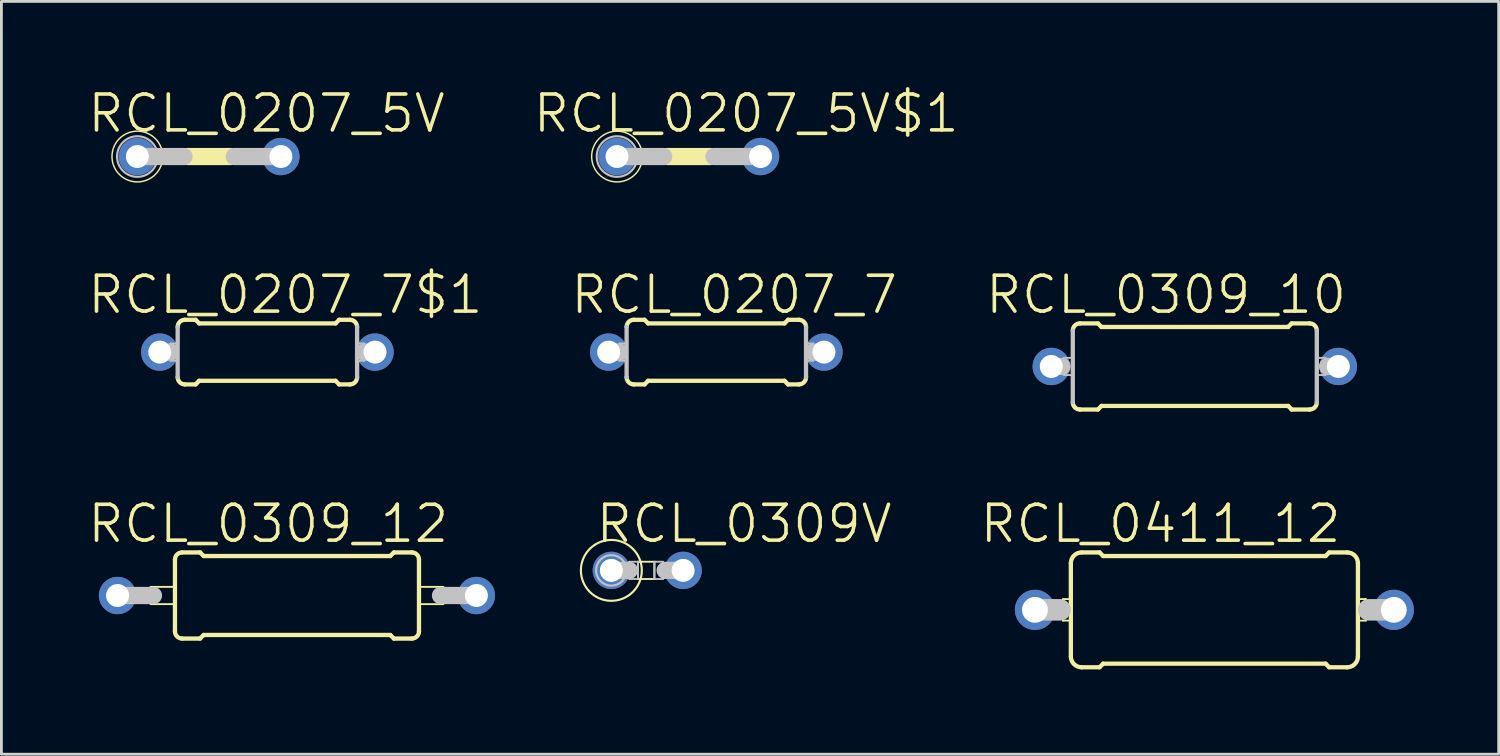
<source format=kicad_pcb>
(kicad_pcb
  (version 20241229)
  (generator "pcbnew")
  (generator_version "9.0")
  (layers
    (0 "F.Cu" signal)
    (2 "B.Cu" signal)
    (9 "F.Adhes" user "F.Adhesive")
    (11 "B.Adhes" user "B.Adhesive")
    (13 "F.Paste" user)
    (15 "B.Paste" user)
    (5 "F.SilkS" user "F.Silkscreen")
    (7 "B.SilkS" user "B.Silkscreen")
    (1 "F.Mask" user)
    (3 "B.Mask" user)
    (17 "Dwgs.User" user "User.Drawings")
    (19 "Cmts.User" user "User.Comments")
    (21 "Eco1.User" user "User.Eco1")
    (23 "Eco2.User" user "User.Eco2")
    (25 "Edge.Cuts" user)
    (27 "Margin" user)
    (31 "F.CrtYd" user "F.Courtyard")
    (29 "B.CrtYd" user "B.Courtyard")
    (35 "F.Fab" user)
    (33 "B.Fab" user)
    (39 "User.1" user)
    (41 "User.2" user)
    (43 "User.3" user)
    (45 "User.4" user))
  (footprint "RCL_0207_5V$1"
    (layer "F.Cu")
    (at 21.327 2.49)
    (property "Reference" "RCL_0207_5V$1" (at 2.032 -1.524 0) (layer "F.SilkS") (effects (font (size 1.27 1.27) (thickness 0.127))))
    (attr exclude_from_pos_files exclude_from_bom)
    (fp_line (start -0.762 0) (end 0.762 0) (stroke (width 0.61) (type solid)) (layer "F.SilkS"))
    (fp_circle (center -2.54 0) (end -3.175 0.635) (stroke (width 0.051) (type solid)) (fill no) (layer "F.SilkS"))
    (fp_line (start -2.54 0) (end -0.889 0) (stroke (width 0.61) (type solid)) (layer "Dwgs.User"))
    (fp_line (start 0.889 0) (end 2.54 0) (stroke (width 0.61) (type solid)) (layer "Dwgs.User"))
    (fp_circle (center -2.54 0) (end -3.048 0.508) (stroke (width 0.076) (type solid)) (fill no) (layer "Dwgs.User"))
    (pad "1" thru_hole circle (at -2.54 0) (size 1.321 1.321) (drill 0.813) (layers "*.Cu" "*.Paste" "*.Mask"))
    (pad "2" thru_hole circle (at 2.54 0) (size 1.321 1.321) (drill 0.813) (layers "*.Cu" "*.Paste" "*.Mask")))
  (footprint "RCL_0309_10"
    (layer "F.Cu")
    (at 39.235 9.919)
    (property "Reference" "RCL_0309_10" (at -1.016 -2.54 0) (layer "F.SilkS") (effects (font (size 1.27 1.27) (thickness 0.127))))
    (attr exclude_from_pos_files exclude_from_bom)
    (fp_line (start -4.064 -1.524) (end -3.429 -1.524) (stroke (width 0.152) (type solid)) (layer "F.SilkS"))
    (fp_line (start -4.064 1.524) (end -3.429 1.524) (stroke (width 0.152) (type solid)) (layer "F.SilkS"))
    (fp_line (start -3.302 -1.397) (end -3.429 -1.524) (stroke (width 0.152) (type solid)) (layer "F.SilkS"))
    (fp_line (start -3.302 1.397) (end -3.429 1.524) (stroke (width 0.152) (type solid)) (layer "F.SilkS"))
    (fp_line (start 3.302 -1.397) (end -3.302 -1.397) (stroke (width 0.152) (type solid)) (layer "F.SilkS"))
    (fp_line (start 3.302 -1.397) (end 3.429 -1.524) (stroke (width 0.152) (type solid)) (layer "F.SilkS"))
    (fp_line (start 3.302 1.397) (end -3.302 1.397) (stroke (width 0.152) (type solid)) (layer "F.SilkS"))
    (fp_line (start 3.302 1.397) (end 3.429 1.524) (stroke (width 0.152) (type solid)) (layer "F.SilkS"))
    (fp_line (start 4.064 -1.524) (end 3.429 -1.524) (stroke (width 0.152) (type solid)) (layer "F.SilkS"))
    (fp_line (start 4.064 1.524) (end 3.429 1.524) (stroke (width 0.152) (type solid)) (layer "F.SilkS"))
    (fp_arc (start -4.318 -1.27) (mid -4.243605 -1.449605) (end -4.064 -1.524) (stroke (width 0.1524) (type solid)) (layer "F.SilkS"))
    (fp_arc (start -4.064 1.524) (mid -4.243605 1.449605) (end -4.318 1.27) (stroke (width 0.1524) (type solid)) (layer "F.SilkS"))
    (fp_arc (start 4.064 -1.524) (mid 4.243605 -1.449605) (end 4.318 -1.27) (stroke (width 0.1524) (type solid)) (layer "F.SilkS"))
    (fp_arc (start 4.318 1.27) (mid 4.243605 1.449605) (end 4.064 1.524) (stroke (width 0.1524) (type solid)) (layer "F.SilkS"))
    (fp_line (start -4.699 0) (end -5.08 0) (stroke (width 0.61) (type solid)) (layer "Dwgs.User"))
    (fp_line (start -4.623 -0.305) (end -4.318 -0.305) (stroke (width 0.066) (type solid)) (layer "Dwgs.User"))
    (fp_line (start -4.623 0.305) (end -4.623 -0.305) (stroke (width 0.066) (type solid)) (layer "Dwgs.User"))
    (fp_line (start -4.623 0.305) (end -4.318 0.305) (stroke (width 0.066) (type solid)) (layer "Dwgs.User"))
    (fp_line (start -4.318 0.305) (end -4.318 -0.305) (stroke (width 0.066) (type solid)) (layer "Dwgs.User"))
    (fp_line (start -4.318 1.27) (end -4.318 -1.27) (stroke (width 0.152) (type solid)) (layer "Dwgs.User"))
    (fp_line (start 4.318 -0.305) (end 4.623 -0.305) (stroke (width 0.066) (type solid)) (layer "Dwgs.User"))
    (fp_line (start 4.318 0.305) (end 4.318 -0.305) (stroke (width 0.066) (type solid)) (layer "Dwgs.User"))
    (fp_line (start 4.318 0.305) (end 4.623 0.305) (stroke (width 0.066) (type solid)) (layer "Dwgs.User"))
    (fp_line (start 4.318 1.27) (end 4.318 -1.27) (stroke (width 0.152) (type solid)) (layer "Dwgs.User"))
    (fp_line (start 4.623 0.305) (end 4.623 -0.305) (stroke (width 0.066) (type solid)) (layer "Dwgs.User"))
    (fp_line (start 5.08 0) (end 4.699 0) (stroke (width 0.61) (type solid)) (layer "Dwgs.User"))
    (pad "1" thru_hole circle (at -5.08 0) (size 1.321 1.321) (drill 0.813) (layers "*.Cu" "*.Paste" "*.Mask"))
    (pad "2" thru_hole circle (at 5.08 0) (size 1.321 1.321) (drill 0.813) (layers "*.Cu" "*.Paste" "*.Mask")))
  (footprint "RCL_0207_7"
    (layer "F.Cu")
    (at 22.301 9.411)
    (property "Reference" "RCL_0207_7" (at 0.635 -2.032 0) (layer "F.SilkS") (effects (font (size 1.27 1.27) (thickness 0.127))))
    (attr exclude_from_pos_files exclude_from_bom)
    (fp_line (start -2.921 -1.143) (end -2.54 -1.143) (stroke (width 0.152) (type solid)) (layer "F.SilkS"))
    (fp_line (start -2.921 1.143) (end -2.54 1.143) (stroke (width 0.152) (type solid)) (layer "F.SilkS"))
    (fp_line (start -2.413 -1.016) (end -2.54 -1.143) (stroke (width 0.152) (type solid)) (layer "F.SilkS"))
    (fp_line (start -2.413 1.016) (end -2.54 1.143) (stroke (width 0.152) (type solid)) (layer "F.SilkS"))
    (fp_line (start 2.413 -1.016) (end -2.413 -1.016) (stroke (width 0.152) (type solid)) (layer "F.SilkS"))
    (fp_line (start 2.413 -1.016) (end 2.54 -1.143) (stroke (width 0.152) (type solid)) (layer "F.SilkS"))
    (fp_line (start 2.413 1.016) (end -2.413 1.016) (stroke (width 0.152) (type solid)) (layer "F.SilkS"))
    (fp_line (start 2.413 1.016) (end 2.54 1.143) (stroke (width 0.152) (type solid)) (layer "F.SilkS"))
    (fp_line (start 2.921 -1.143) (end 2.54 -1.143) (stroke (width 0.152) (type solid)) (layer "F.SilkS"))
    (fp_line (start 2.921 1.143) (end 2.54 1.143) (stroke (width 0.152) (type solid)) (layer "F.SilkS"))
    (fp_arc (start -3.175 -0.889) (mid -3.100605 -1.068605) (end -2.921 -1.143) (stroke (width 0.1524) (type solid)) (layer "F.SilkS"))
    (fp_arc (start -2.921 1.143) (mid -3.100605 1.068605) (end -3.175 0.889) (stroke (width 0.1524) (type solid)) (layer "F.SilkS"))
    (fp_arc (start 2.921 -1.143) (mid 3.100605 -1.068605) (end 3.175 -0.889) (stroke (width 0.1524) (type solid)) (layer "F.SilkS"))
    (fp_arc (start 3.175 0.889) (mid 3.100605 1.068605) (end 2.921 1.143) (stroke (width 0.1524) (type solid)) (layer "F.SilkS"))
    (fp_line (start -3.81 0) (end -3.429 0) (stroke (width 0.61) (type solid)) (layer "Dwgs.User"))
    (fp_line (start -3.429 -0.305) (end -3.175 -0.305) (stroke (width 0.066) (type solid)) (layer "Dwgs.User"))
    (fp_line (start -3.429 0.305) (end -3.429 -0.305) (stroke (width 0.066) (type solid)) (layer "Dwgs.User"))
    (fp_line (start -3.429 0.305) (end -3.175 0.305) (stroke (width 0.066) (type solid)) (layer "Dwgs.User"))
    (fp_line (start -3.175 0.305) (end -3.175 -0.305) (stroke (width 0.066) (type solid)) (layer "Dwgs.User"))
    (fp_line (start -3.175 0.889) (end -3.175 -0.889) (stroke (width 0.152) (type solid)) (layer "Dwgs.User"))
    (fp_line (start 3.175 -0.305) (end 3.429 -0.305) (stroke (width 0.066) (type solid)) (layer "Dwgs.User"))
    (fp_line (start 3.175 0.305) (end 3.175 -0.305) (stroke (width 0.066) (type solid)) (layer "Dwgs.User"))
    (fp_line (start 3.175 0.305) (end 3.429 0.305) (stroke (width 0.066) (type solid)) (layer "Dwgs.User"))
    (fp_line (start 3.175 0.889) (end 3.175 -0.889) (stroke (width 0.152) (type solid)) (layer "Dwgs.User"))
    (fp_line (start 3.429 0) (end 3.81 0) (stroke (width 0.61) (type solid)) (layer "Dwgs.User"))
    (fp_line (start 3.429 0.305) (end 3.429 -0.305) (stroke (width 0.066) (type solid)) (layer "Dwgs.User"))
    (pad "1" thru_hole circle (at -3.81 0) (size 1.321 1.321) (drill 0.813) (layers "*.Cu" "*.Paste" "*.Mask"))
    (pad "2" thru_hole circle (at 3.81 0) (size 1.321 1.321) (drill 0.813) (layers "*.Cu" "*.Paste" "*.Mask")))
  (footprint "RCL_0411_12"
    (layer "F.Cu")
    (at 39.928 18.533)
    (property "Reference" "RCL_0411_12" (at -1.905 -3.048 0) (layer "F.SilkS") (effects (font (size 1.27 1.27) (thickness 0.127))))
    (attr exclude_from_pos_files exclude_from_bom)
    (fp_line (start -5.359 -0.381) (end -5.08 -0.381) (stroke (width 0.066) (type solid)) (layer "F.SilkS"))
    (fp_line (start -5.359 0.381) (end -5.359 -0.381) (stroke (width 0.066) (type solid)) (layer "F.SilkS"))
    (fp_line (start -5.359 0.381) (end -5.08 0.381) (stroke (width 0.066) (type solid)) (layer "F.SilkS"))
    (fp_line (start -5.08 -1.651) (end -5.08 1.651) (stroke (width 0.152) (type solid)) (layer "F.SilkS"))
    (fp_line (start -5.08 0.381) (end -5.08 -0.381) (stroke (width 0.066) (type solid)) (layer "F.SilkS"))
    (fp_line (start -4.699 -2.032) (end -4.064 -2.032) (stroke (width 0.152) (type solid)) (layer "F.SilkS"))
    (fp_line (start -4.699 2.032) (end -4.064 2.032) (stroke (width 0.152) (type solid)) (layer "F.SilkS"))
    (fp_line (start -3.937 -1.905) (end -4.064 -2.032) (stroke (width 0.152) (type solid)) (layer "F.SilkS"))
    (fp_line (start -3.937 -1.905) (end 3.937 -1.905) (stroke (width 0.152) (type solid)) (layer "F.SilkS"))
    (fp_line (start -3.937 1.905) (end -4.064 2.032) (stroke (width 0.152) (type solid)) (layer "F.SilkS"))
    (fp_line (start -3.937 1.905) (end 3.937 1.905) (stroke (width 0.152) (type solid)) (layer "F.SilkS"))
    (fp_line (start 3.937 -1.905) (end 4.064 -2.032) (stroke (width 0.152) (type solid)) (layer "F.SilkS"))
    (fp_line (start 3.937 1.905) (end 4.064 2.032) (stroke (width 0.152) (type solid)) (layer "F.SilkS"))
    (fp_line (start 4.699 -2.032) (end 4.064 -2.032) (stroke (width 0.152) (type solid)) (layer "F.SilkS"))
    (fp_line (start 4.699 2.032) (end 4.064 2.032) (stroke (width 0.152) (type solid)) (layer "F.SilkS"))
    (fp_line (start 5.08 -0.381) (end 5.359 -0.381) (stroke (width 0.066) (type solid)) (layer "F.SilkS"))
    (fp_line (start 5.08 0.381) (end 5.08 -0.381) (stroke (width 0.066) (type solid)) (layer "F.SilkS"))
    (fp_line (start 5.08 0.381) (end 5.359 0.381) (stroke (width 0.066) (type solid)) (layer "F.SilkS"))
    (fp_line (start 5.08 1.651) (end 5.08 -1.651) (stroke (width 0.152) (type solid)) (layer "F.SilkS"))
    (fp_line (start 5.359 0.381) (end 5.359 -0.381) (stroke (width 0.066) (type solid)) (layer "F.SilkS"))
    (fp_arc (start -5.08 -1.651) (mid -4.968408 -1.920408) (end -4.699 -2.032) (stroke (width 0.1524) (type solid)) (layer "F.SilkS"))
    (fp_arc (start -4.699 2.032) (mid -4.968408 1.920408) (end -5.08 1.651) (stroke (width 0.1524) (type solid)) (layer "F.SilkS"))
    (fp_arc (start 4.699 -2.032) (mid 4.968408 -1.920408) (end 5.08 -1.651) (stroke (width 0.1524) (type solid)) (layer "F.SilkS"))
    (fp_arc (start 5.08 1.651) (mid 4.968408 1.920408) (end 4.699 2.032) (stroke (width 0.1524) (type solid)) (layer "F.SilkS"))
    (fp_line (start -6.35 0) (end -5.461 0) (stroke (width 0.762) (type solid)) (layer "Dwgs.User"))
    (fp_line (start 6.35 0) (end 5.461 0) (stroke (width 0.762) (type solid)) (layer "Dwgs.User"))
    (pad "1" thru_hole circle (at -6.35 0) (size 1.422 1.422) (drill 0.914) (layers "*.Cu" "*.Paste" "*.Mask"))
    (pad "2" thru_hole circle (at 6.35 0) (size 1.422 1.422) (drill 0.914) (layers "*.Cu" "*.Paste" "*.Mask")))
  (footprint "RCL_0207_5V"
    (layer "F.Cu")
    (at 4.351 2.49)
    (property "Reference" "RCL_0207_5V" (at 2.032 -1.524 0) (layer "F.SilkS") (effects (font (size 1.27 1.27) (thickness 0.127))))
    (attr exclude_from_pos_files exclude_from_bom)
    (fp_line (start -0.762 0) (end 0.762 0) (stroke (width 0.61) (type solid)) (layer "F.SilkS"))
    (fp_circle (center -2.54 0) (end -3.175 0.635) (stroke (width 0.051) (type solid)) (fill no) (layer "F.SilkS"))
    (fp_line (start -2.54 0) (end -0.889 0) (stroke (width 0.61) (type solid)) (layer "Dwgs.User"))
    (fp_line (start 0.889 0) (end 2.54 0) (stroke (width 0.61) (type solid)) (layer "Dwgs.User"))
    (fp_circle (center -2.54 0) (end -3.048 0.508) (stroke (width 0.076) (type solid)) (fill no) (layer "Dwgs.User"))
    (pad "1" thru_hole circle (at -2.54 0) (size 1.321 1.321) (drill 0.813) (layers "*.Cu" "*.Paste" "*.Mask"))
    (pad "2" thru_hole circle (at 2.54 0) (size 1.321 1.321) (drill 0.813) (layers "*.Cu" "*.Paste" "*.Mask")))
  (footprint "RCL_0207_7$1"
    (layer "F.Cu")
    (at 6.413 9.411)
    (property "Reference" "RCL_0207_7$1" (at 0.635 -2.032 0) (layer "F.SilkS") (effects (font (size 1.27 1.27) (thickness 0.127))))
    (attr exclude_from_pos_files exclude_from_bom)
    (fp_line (start -2.921 -1.143) (end -2.54 -1.143) (stroke (width 0.152) (type solid)) (layer "F.SilkS"))
    (fp_line (start -2.921 1.143) (end -2.54 1.143) (stroke (width 0.152) (type solid)) (layer "F.SilkS"))
    (fp_line (start -2.413 -1.016) (end -2.54 -1.143) (stroke (width 0.152) (type solid)) (layer "F.SilkS"))
    (fp_line (start -2.413 1.016) (end -2.54 1.143) (stroke (width 0.152) (type solid)) (layer "F.SilkS"))
    (fp_line (start 2.413 -1.016) (end -2.413 -1.016) (stroke (width 0.152) (type solid)) (layer "F.SilkS"))
    (fp_line (start 2.413 -1.016) (end 2.54 -1.143) (stroke (width 0.152) (type solid)) (layer "F.SilkS"))
    (fp_line (start 2.413 1.016) (end -2.413 1.016) (stroke (width 0.152) (type solid)) (layer "F.SilkS"))
    (fp_line (start 2.413 1.016) (end 2.54 1.143) (stroke (width 0.152) (type solid)) (layer "F.SilkS"))
    (fp_line (start 2.921 -1.143) (end 2.54 -1.143) (stroke (width 0.152) (type solid)) (layer "F.SilkS"))
    (fp_line (start 2.921 1.143) (end 2.54 1.143) (stroke (width 0.152) (type solid)) (layer "F.SilkS"))
    (fp_arc (start -3.175 -0.889) (mid -3.100605 -1.068605) (end -2.921 -1.143) (stroke (width 0.1524) (type solid)) (layer "F.SilkS"))
    (fp_arc (start -2.921 1.143) (mid -3.100605 1.068605) (end -3.175 0.889) (stroke (width 0.1524) (type solid)) (layer "F.SilkS"))
    (fp_arc (start 2.921 -1.143) (mid 3.100605 -1.068605) (end 3.175 -0.889) (stroke (width 0.1524) (type solid)) (layer "F.SilkS"))
    (fp_arc (start 3.175 0.889) (mid 3.100605 1.068605) (end 2.921 1.143) (stroke (width 0.1524) (type solid)) (layer "F.SilkS"))
    (fp_line (start -3.81 0) (end -3.429 0) (stroke (width 0.61) (type solid)) (layer "Dwgs.User"))
    (fp_line (start -3.429 -0.305) (end -3.175 -0.305) (stroke (width 0.066) (type solid)) (layer "Dwgs.User"))
    (fp_line (start -3.429 0.305) (end -3.429 -0.305) (stroke (width 0.066) (type solid)) (layer "Dwgs.User"))
    (fp_line (start -3.429 0.305) (end -3.175 0.305) (stroke (width 0.066) (type solid)) (layer "Dwgs.User"))
    (fp_line (start -3.175 0.305) (end -3.175 -0.305) (stroke (width 0.066) (type solid)) (layer "Dwgs.User"))
    (fp_line (start -3.175 0.889) (end -3.175 -0.889) (stroke (width 0.152) (type solid)) (layer "Dwgs.User"))
    (fp_line (start 3.175 -0.305) (end 3.429 -0.305) (stroke (width 0.066) (type solid)) (layer "Dwgs.User"))
    (fp_line (start 3.175 0.305) (end 3.175 -0.305) (stroke (width 0.066) (type solid)) (layer "Dwgs.User"))
    (fp_line (start 3.175 0.305) (end 3.429 0.305) (stroke (width 0.066) (type solid)) (layer "Dwgs.User"))
    (fp_line (start 3.175 0.889) (end 3.175 -0.889) (stroke (width 0.152) (type solid)) (layer "Dwgs.User"))
    (fp_line (start 3.429 0) (end 3.81 0) (stroke (width 0.61) (type solid)) (layer "Dwgs.User"))
    (fp_line (start 3.429 0.305) (end 3.429 -0.305) (stroke (width 0.066) (type solid)) (layer "Dwgs.User"))
    (pad "1" thru_hole circle (at -3.81 0) (size 1.321 1.321) (drill 0.813) (layers "*.Cu" "*.Paste" "*.Mask"))
    (pad "2" thru_hole circle (at 3.81 0) (size 1.321 1.321) (drill 0.813) (layers "*.Cu" "*.Paste" "*.Mask")))
  (footprint "RCL_0309V"
    (layer "F.Cu")
    (at 19.856 17.136)
    (property "Reference" "RCL_0309V" (at 3.429 -1.651 0) (layer "F.SilkS") (effects (font (size 1.27 1.27) (thickness 0.127))))
    (attr exclude_from_pos_files exclude_from_bom)
    (fp_line (start -0.33 -0.305) (end 0.254 -0.305) (stroke (width 0.066) (type solid)) (layer "F.SilkS"))
    (fp_line (start -0.33 0.305) (end -0.33 -0.305) (stroke (width 0.066) (type solid)) (layer "F.SilkS"))
    (fp_line (start -0.33 0.305) (end 0.254 0.305) (stroke (width 0.066) (type solid)) (layer "F.SilkS"))
    (fp_line (start 0.254 0.305) (end 0.254 -0.305) (stroke (width 0.066) (type solid)) (layer "F.SilkS"))
    (fp_circle (center -1.27 0) (end -2.032 0.762) (stroke (width 0.076) (type solid)) (fill no) (layer "F.SilkS"))
    (fp_line (start -0.635 -0.305) (end -0.33 -0.305) (stroke (width 0.066) (type solid)) (layer "Dwgs.User"))
    (fp_line (start -0.635 0) (end -1.27 0) (stroke (width 0.61) (type solid)) (layer "Dwgs.User"))
    (fp_line (start -0.635 0.305) (end -0.635 -0.305) (stroke (width 0.066) (type solid)) (layer "Dwgs.User"))
    (fp_line (start -0.635 0.305) (end -0.33 0.305) (stroke (width 0.066) (type solid)) (layer "Dwgs.User"))
    (fp_line (start -0.33 0.305) (end -0.33 -0.305) (stroke (width 0.066) (type solid)) (layer "Dwgs.User"))
    (fp_line (start 0.254 -0.305) (end 0.559 -0.305) (stroke (width 0.066) (type solid)) (layer "Dwgs.User"))
    (fp_line (start 0.254 0.305) (end 0.254 -0.305) (stroke (width 0.066) (type solid)) (layer "Dwgs.User"))
    (fp_line (start 0.254 0.305) (end 0.559 0.305) (stroke (width 0.066) (type solid)) (layer "Dwgs.User"))
    (fp_line (start 0.559 0.305) (end 0.559 -0.305) (stroke (width 0.066) (type solid)) (layer "Dwgs.User"))
    (fp_line (start 1.27 0) (end 0.635 0) (stroke (width 0.61) (type solid)) (layer "Dwgs.User"))
    (fp_circle (center -1.27 0) (end -1.651 0.381) (stroke (width 0.076) (type solid)) (fill no) (layer "Dwgs.User"))
    (pad "1" thru_hole circle (at -1.27 0) (size 1.321 1.321) (drill 0.813) (layers "*.Cu" "*.Paste" "*.Mask"))
    (pad "2" thru_hole circle (at 1.27 0) (size 1.321 1.321) (drill 0.813) (layers "*.Cu" "*.Paste" "*.Mask")))
  (footprint "RCL_0309_12"
    (layer "F.Cu")
    (at 7.46 18.025)
    (property "Reference" "RCL_0309_12" (at -1.016 -2.54 0) (layer "F.SilkS") (effects (font (size 1.27 1.27) (thickness 0.127))))
    (attr exclude_from_pos_files exclude_from_bom)
    (fp_line (start -5.179 -0.305) (end -4.318 -0.305) (stroke (width 0.066) (type solid)) (layer "F.SilkS"))
    (fp_line (start -5.179 0.305) (end -5.179 -0.305) (stroke (width 0.066) (type solid)) (layer "F.SilkS"))
    (fp_line (start -5.179 0.305) (end -4.318 0.305) (stroke (width 0.066) (type solid)) (layer "F.SilkS"))
    (fp_line (start -4.318 0.305) (end -4.318 -0.305) (stroke (width 0.066) (type solid)) (layer "F.SilkS"))
    (fp_line (start -4.318 1.27) (end -4.318 -1.27) (stroke (width 0.152) (type solid)) (layer "F.SilkS"))
    (fp_line (start -4.064 -1.524) (end -3.429 -1.524) (stroke (width 0.152) (type solid)) (layer "F.SilkS"))
    (fp_line (start -4.064 1.524) (end -3.429 1.524) (stroke (width 0.152) (type solid)) (layer "F.SilkS"))
    (fp_line (start -3.302 -1.397) (end -3.429 -1.524) (stroke (width 0.152) (type solid)) (layer "F.SilkS"))
    (fp_line (start -3.302 1.397) (end -3.429 1.524) (stroke (width 0.152) (type solid)) (layer "F.SilkS"))
    (fp_line (start 3.302 -1.397) (end -3.302 -1.397) (stroke (width 0.152) (type solid)) (layer "F.SilkS"))
    (fp_line (start 3.302 -1.397) (end 3.429 -1.524) (stroke (width 0.152) (type solid)) (layer "F.SilkS"))
    (fp_line (start 3.302 1.397) (end -3.302 1.397) (stroke (width 0.152) (type solid)) (layer "F.SilkS"))
    (fp_line (start 3.302 1.397) (end 3.429 1.524) (stroke (width 0.152) (type solid)) (layer "F.SilkS"))
    (fp_line (start 4.064 -1.524) (end 3.429 -1.524) (stroke (width 0.152) (type solid)) (layer "F.SilkS"))
    (fp_line (start 4.064 1.524) (end 3.429 1.524) (stroke (width 0.152) (type solid)) (layer "F.SilkS"))
    (fp_line (start 4.318 -0.305) (end 5.179 -0.305) (stroke (width 0.066) (type solid)) (layer "F.SilkS"))
    (fp_line (start 4.318 0.305) (end 4.318 -0.305) (stroke (width 0.066) (type solid)) (layer "F.SilkS"))
    (fp_line (start 4.318 0.305) (end 5.179 0.305) (stroke (width 0.066) (type solid)) (layer "F.SilkS"))
    (fp_line (start 4.318 1.27) (end 4.318 -1.27) (stroke (width 0.152) (type solid)) (layer "F.SilkS"))
    (fp_line (start 5.179 0.305) (end 5.179 -0.305) (stroke (width 0.066) (type solid)) (layer "F.SilkS"))
    (fp_arc (start -4.318 -1.27) (mid -4.243605 -1.449605) (end -4.064 -1.524) (stroke (width 0.1524) (type solid)) (layer "F.SilkS"))
    (fp_arc (start -4.064 1.524) (mid -4.243605 1.449605) (end -4.318 1.27) (stroke (width 0.1524) (type solid)) (layer "F.SilkS"))
    (fp_arc (start 4.064 -1.524) (mid 4.243605 -1.449605) (end 4.318 -1.27) (stroke (width 0.1524) (type solid)) (layer "F.SilkS"))
    (fp_arc (start 4.318 1.27) (mid 4.243605 1.449605) (end 4.064 1.524) (stroke (width 0.1524) (type solid)) (layer "F.SilkS"))
    (fp_line (start -6.35 0) (end -5.08 0) (stroke (width 0.61) (type solid)) (layer "Dwgs.User"))
    (fp_line (start 6.35 0) (end 5.08 0) (stroke (width 0.61) (type solid)) (layer "Dwgs.User"))
    (pad "1" thru_hole circle (at -6.35 0) (size 1.321 1.321) (drill 0.813) (layers "*.Cu" "*.Paste" "*.Mask"))
    (pad "2" thru_hole circle (at 6.35 0) (size 1.321 1.321) (drill 0.813) (layers "*.Cu" "*.Paste" "*.Mask")))
  (gr_rect
    (start -3 -3)
    (end 49.989 23.641)
    (stroke (width 0.1) (type default))
    (fill no)
    (layer "Edge.Cuts")))
</source>
